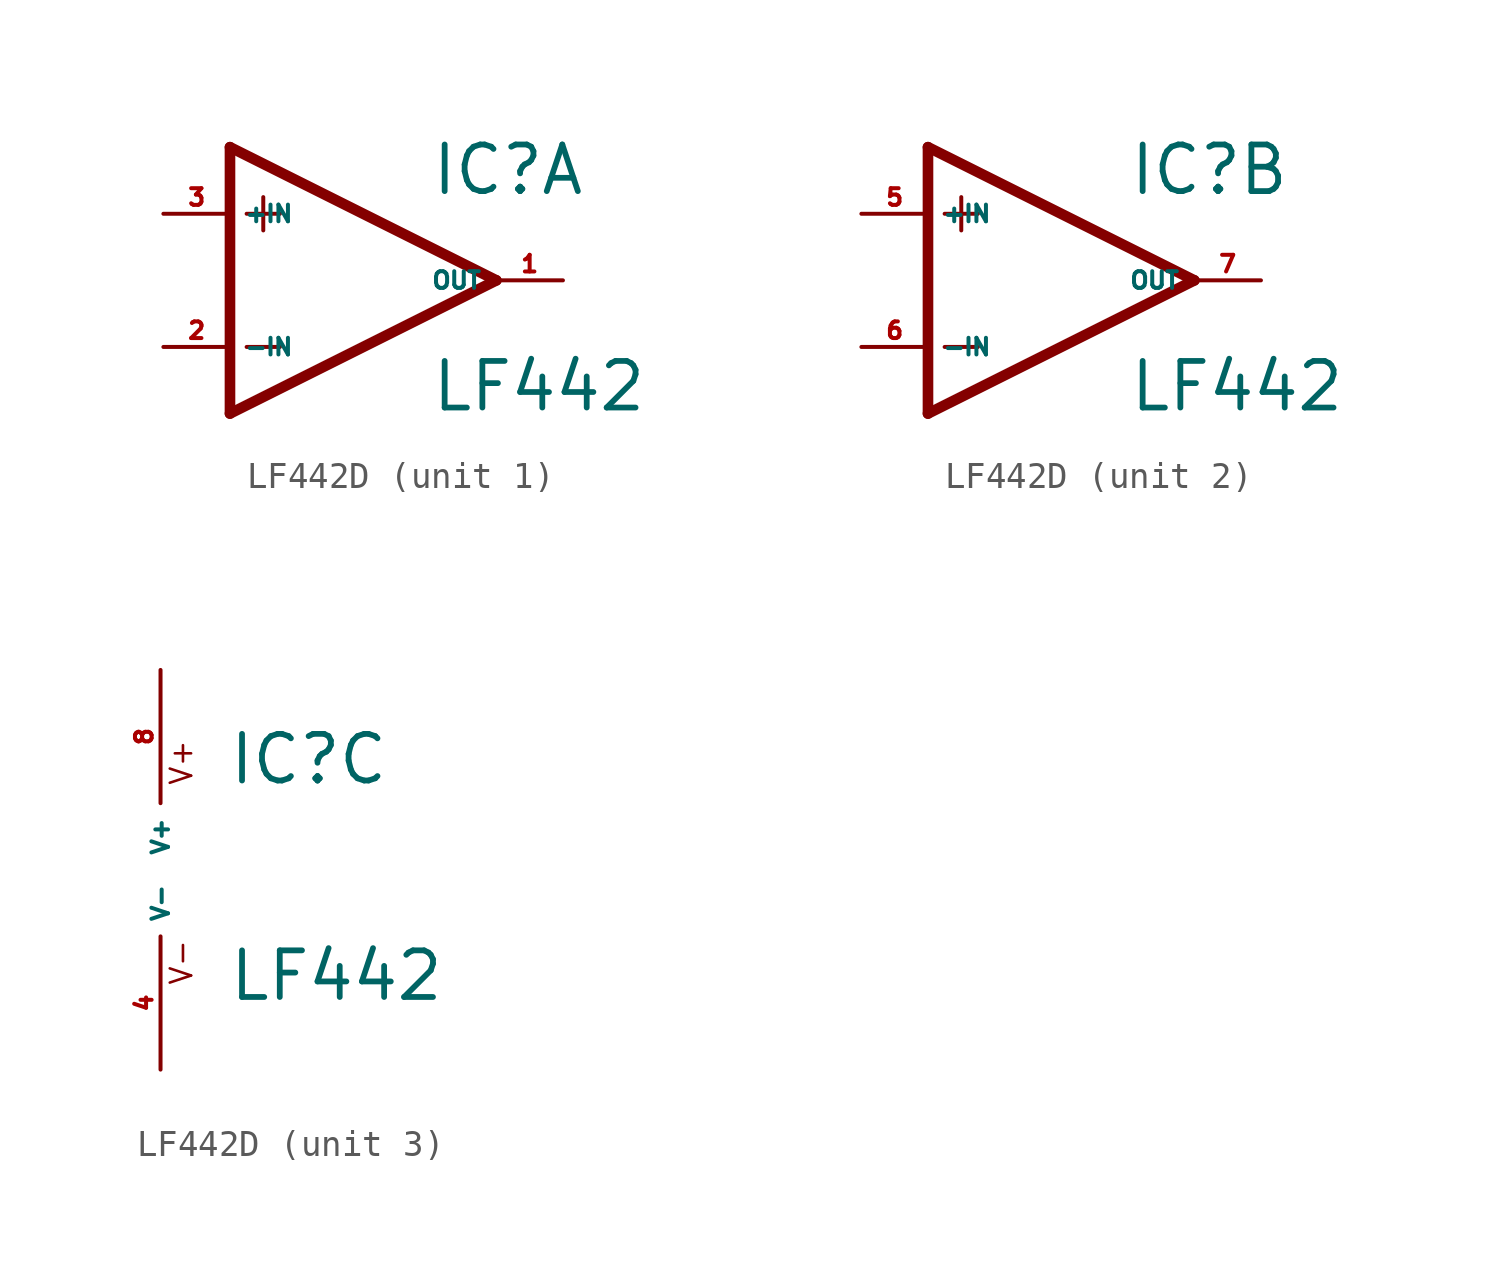
<source format=kicad_sym>
(kicad_symbol_lib
  (version 20220914)
  (generator Eagle2Kicad)
  (symbol "LF442D"
    (property "Reference" "IC"
      (at 2.54 3.175 0)
      (effects (font (size 1.778 1.778) (thickness 0.22)) (justify left bottom)))
    (property "Value" "LF442"
      (at 2.54 -5.08 0)
      (effects (font (size 1.778 1.778) (thickness 0.22)) (justify left bottom)))
    (symbol "LF442D_1_0"
      (polyline (pts (xy -5.08 5.08) (xy -5.08 -5.08)) (stroke (width 0.406) (type default)) (fill (type none)))
      (polyline (pts (xy -5.08 -5.08) (xy 5.08 0)) (stroke (width 0.406) (type default)) (fill (type none)))
      (polyline (pts (xy 5.08 0) (xy -5.08 5.08)) (stroke (width 0.406) (type default)) (fill (type none)))
      (polyline (pts (xy -3.81 3.175) (xy -3.81 1.905)) (stroke (width 0.152) (type default)) (fill (type none)))
      (polyline (pts (xy -4.445 2.54) (xy -3.175 2.54)) (stroke (width 0.152) (type default)) (fill (type none)))
      (polyline (pts (xy -4.445 -2.54) (xy -3.175 -2.54)) (stroke (width 0.152) (type default)) (fill (type none)))
      (pin input line (at -7.62 -2.54 0) (length 2.54) (name "-IN" (effects (font (size 0.635 0.635) (thickness 0.08)) (justify left bottom))) (number "2" (effects (font (size 0.635 0.635) (thickness 0.08)) (justify left bottom))))
      (pin input line (at -7.62 2.54 0) (length 2.54) (name "+IN" (effects (font (size 0.635 0.635) (thickness 0.08)) (justify left bottom))) (number "3" (effects (font (size 0.635 0.635) (thickness 0.08)) (justify left bottom))))
      (pin output line (at 7.62 0 180) (length 2.54) (name "OUT" (effects (font (size 0.635 0.635) (thickness 0.08)) (justify left bottom))) (number "1" (effects (font (size 0.635 0.635) (thickness 0.08)) (justify left bottom)))))
    (symbol "LF442D_2_0"
      (polyline (pts (xy -5.08 5.08) (xy -5.08 -5.08)) (stroke (width 0.406) (type default)) (fill (type none)))
      (polyline (pts (xy -5.08 -5.08) (xy 5.08 0)) (stroke (width 0.406) (type default)) (fill (type none)))
      (polyline (pts (xy 5.08 0) (xy -5.08 5.08)) (stroke (width 0.406) (type default)) (fill (type none)))
      (polyline (pts (xy -3.81 3.175) (xy -3.81 1.905)) (stroke (width 0.152) (type default)) (fill (type none)))
      (polyline (pts (xy -4.445 2.54) (xy -3.175 2.54)) (stroke (width 0.152) (type default)) (fill (type none)))
      (polyline (pts (xy -4.445 -2.54) (xy -3.175 -2.54)) (stroke (width 0.152) (type default)) (fill (type none)))
      (pin input line (at -7.62 -2.54 0) (length 2.54) (name "-IN" (effects (font (size 0.635 0.635) (thickness 0.08)) (justify left bottom))) (number "6" (effects (font (size 0.635 0.635) (thickness 0.08)) (justify left bottom))))
      (pin input line (at -7.62 2.54 0) (length 2.54) (name "+IN" (effects (font (size 0.635 0.635) (thickness 0.08)) (justify left bottom))) (number "5" (effects (font (size 0.635 0.635) (thickness 0.08)) (justify left bottom))))
      (pin output line (at 7.62 0 180) (length 2.54) (name "OUT" (effects (font (size 0.635 0.635) (thickness 0.08)) (justify left bottom))) (number "7" (effects (font (size 0.635 0.635) (thickness 0.08)) (justify left bottom)))))
    (symbol "LF442D_3_0"
      (text "V+" (at 1.27 3.175 900) (effects (font (size 0.813 0.813) (thickness 0.10)) (justify left bottom)))
      (text "V-" (at 1.27 -4.445 900) (effects (font (size 0.813 0.813) (thickness 0.10)) (justify left bottom)))
      (pin unspecified line (at 0 7.62 270) (length 5.08) (name "V+" (effects (font (size 0.635 0.635) (thickness 0.08)) (justify left bottom))) (number "8" (effects (font (size 0.635 0.635) (thickness 0.08)) (justify left bottom))))
      (pin unspecified line (at 0 -7.62 90) (length 5.08) (name "V-" (effects (font (size 0.635 0.635) (thickness 0.08)) (justify left bottom))) (number "4" (effects (font (size 0.635 0.635) (thickness 0.08)) (justify left bottom)))))))
</source>
